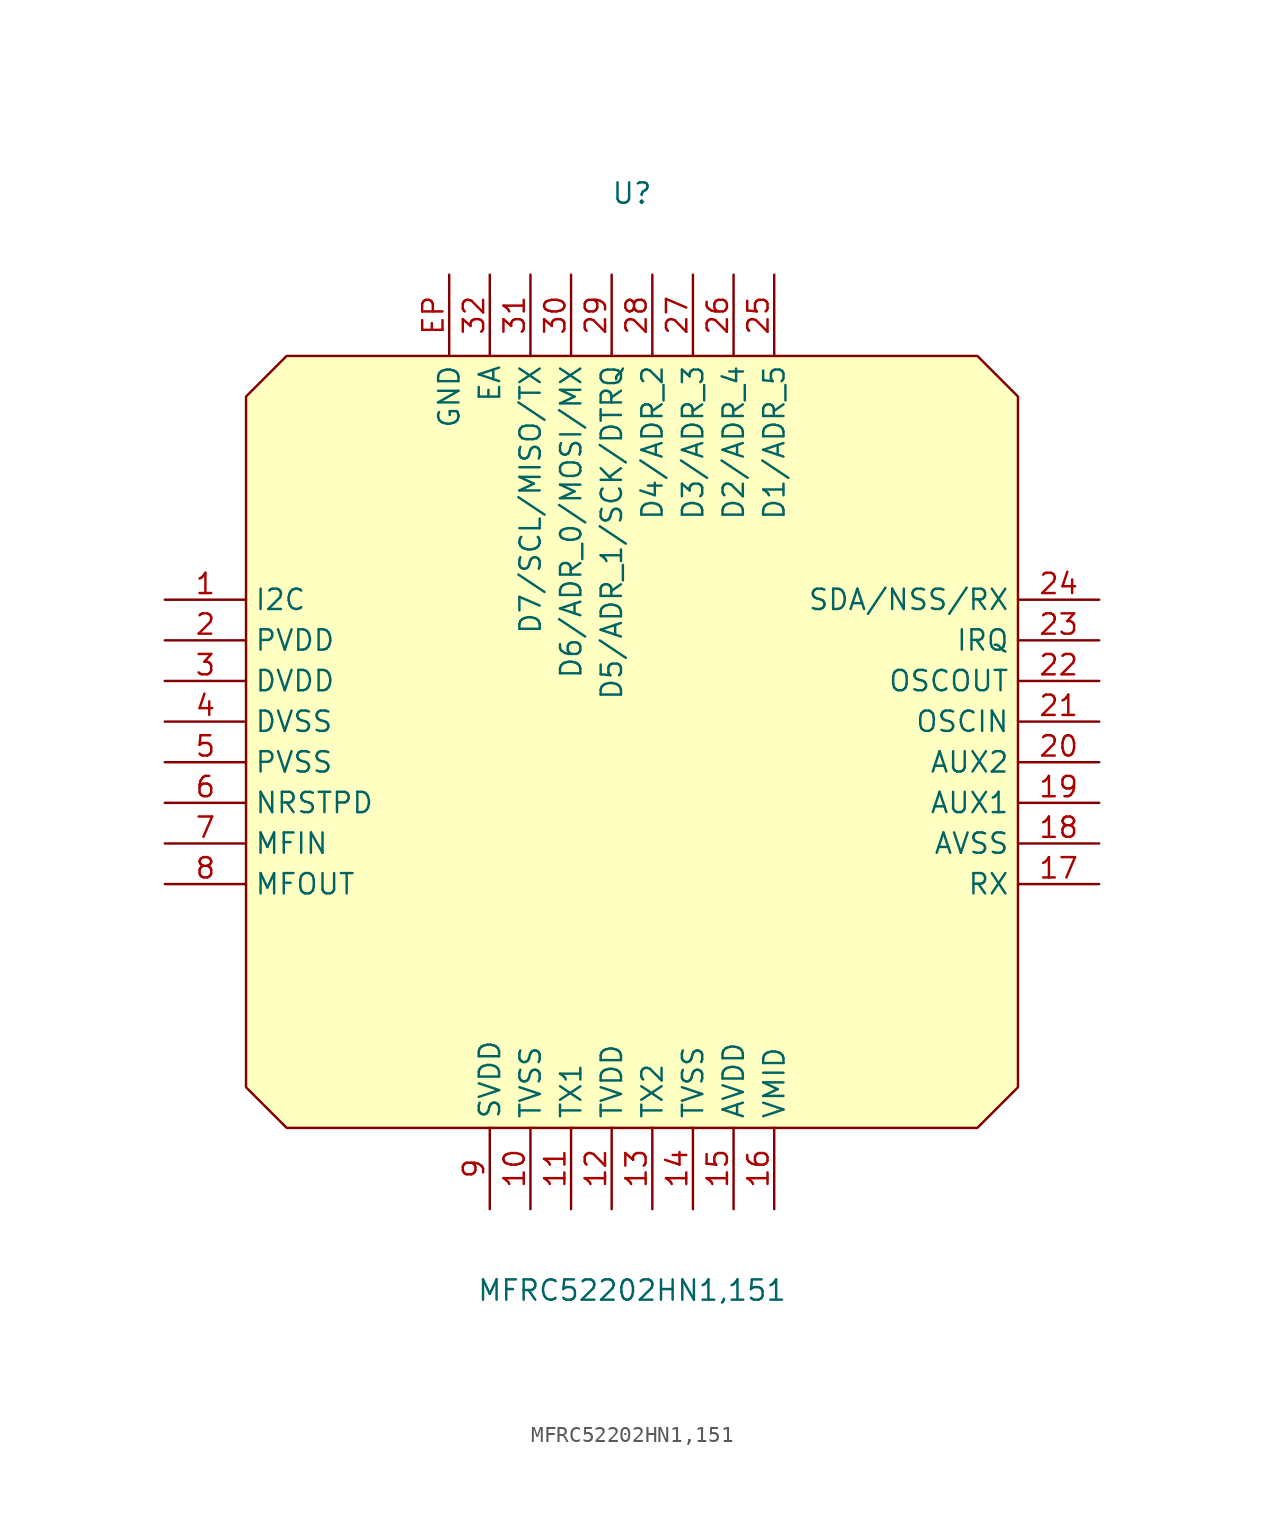
<source format=kicad_sym>
(kicad_symbol_lib
  (version 20211014)
  (generator https://github.com/uPesy/easyeda2kicad.py)
  (symbol "MFRC52202HN1,151"
    (property "Reference" "U"
      (at 0 34.29 0)
      (effects (font (size 1.27 1.27))))
    (property "Value" "MFRC52202HN1,151"
      (at 0 -34.29 0)
      (effects (font (size 1.27 1.27))))
    (symbol "MFRC52202HN1,151_0_1"
      (polyline (pts (xy -21.59 24.13) (xy 21.59 24.13) (xy 24.13 21.59) (xy 24.13 -21.59) (xy 21.59 -24.13) (xy -21.59 -24.13) (xy -24.13 -21.59) (xy -24.13 21.59) (xy -21.59 24.13)) (stroke (width 0) (type default) (color 0 0 0 0)) (fill (type background)))
      (pin unspecified line (at -29.21 8.89 0) (length 5.08) (name "I2C" (effects (font (size 1.27 1.27)))) (number "1" (effects (font (size 1.27 1.27)))))
      (pin unspecified line (at -29.21 6.35 0) (length 5.08) (name "PVDD" (effects (font (size 1.27 1.27)))) (number "2" (effects (font (size 1.27 1.27)))))
      (pin unspecified line (at -29.21 3.81 0) (length 5.08) (name "DVDD" (effects (font (size 1.27 1.27)))) (number "3" (effects (font (size 1.27 1.27)))))
      (pin unspecified line (at -29.21 1.27 0) (length 5.08) (name "DVSS" (effects (font (size 1.27 1.27)))) (number "4" (effects (font (size 1.27 1.27)))))
      (pin unspecified line (at -29.21 -1.27 0) (length 5.08) (name "PVSS" (effects (font (size 1.27 1.27)))) (number "5" (effects (font (size 1.27 1.27)))))
      (pin unspecified line (at -29.21 -3.81 0) (length 5.08) (name "NRSTPD" (effects (font (size 1.27 1.27)))) (number "6" (effects (font (size 1.27 1.27)))))
      (pin unspecified line (at -29.21 -6.35 0) (length 5.08) (name "MFIN" (effects (font (size 1.27 1.27)))) (number "7" (effects (font (size 1.27 1.27)))))
      (pin unspecified line (at -29.21 -8.89 0) (length 5.08) (name "MFOUT" (effects (font (size 1.27 1.27)))) (number "8" (effects (font (size 1.27 1.27)))))
      (pin unspecified line (at -8.89 -29.21 90) (length 5.08) (name "SVDD" (effects (font (size 1.27 1.27)))) (number "9" (effects (font (size 1.27 1.27)))))
      (pin unspecified line (at -6.35 -29.21 90) (length 5.08) (name "TVSS" (effects (font (size 1.27 1.27)))) (number "10" (effects (font (size 1.27 1.27)))))
      (pin unspecified line (at -3.81 -29.21 90) (length 5.08) (name "TX1" (effects (font (size 1.27 1.27)))) (number "11" (effects (font (size 1.27 1.27)))))
      (pin unspecified line (at -1.27 -29.21 90) (length 5.08) (name "TVDD" (effects (font (size 1.27 1.27)))) (number "12" (effects (font (size 1.27 1.27)))))
      (pin unspecified line (at 1.27 -29.21 90) (length 5.08) (name "TX2" (effects (font (size 1.27 1.27)))) (number "13" (effects (font (size 1.27 1.27)))))
      (pin unspecified line (at 3.81 -29.21 90) (length 5.08) (name "TVSS" (effects (font (size 1.27 1.27)))) (number "14" (effects (font (size 1.27 1.27)))))
      (pin unspecified line (at 6.35 -29.21 90) (length 5.08) (name "AVDD" (effects (font (size 1.27 1.27)))) (number "15" (effects (font (size 1.27 1.27)))))
      (pin unspecified line (at 8.89 -29.21 90) (length 5.08) (name "VMID" (effects (font (size 1.27 1.27)))) (number "16" (effects (font (size 1.27 1.27)))))
      (pin unspecified line (at 29.21 -8.89 180) (length 5.08) (name "RX" (effects (font (size 1.27 1.27)))) (number "17" (effects (font (size 1.27 1.27)))))
      (pin unspecified line (at 29.21 -6.35 180) (length 5.08) (name "AVSS" (effects (font (size 1.27 1.27)))) (number "18" (effects (font (size 1.27 1.27)))))
      (pin unspecified line (at 29.21 -3.81 180) (length 5.08) (name "AUX1" (effects (font (size 1.27 1.27)))) (number "19" (effects (font (size 1.27 1.27)))))
      (pin unspecified line (at 29.21 -1.27 180) (length 5.08) (name "AUX2" (effects (font (size 1.27 1.27)))) (number "20" (effects (font (size 1.27 1.27)))))
      (pin unspecified line (at 29.21 1.27 180) (length 5.08) (name "OSCIN" (effects (font (size 1.27 1.27)))) (number "21" (effects (font (size 1.27 1.27)))))
      (pin unspecified line (at 29.21 3.81 180) (length 5.08) (name "OSCOUT" (effects (font (size 1.27 1.27)))) (number "22" (effects (font (size 1.27 1.27)))))
      (pin unspecified line (at 29.21 6.35 180) (length 5.08) (name "IRQ" (effects (font (size 1.27 1.27)))) (number "23" (effects (font (size 1.27 1.27)))))
      (pin unspecified line (at 29.21 8.89 180) (length 5.08) (name "SDA/NSS/RX" (effects (font (size 1.27 1.27)))) (number "24" (effects (font (size 1.27 1.27)))))
      (pin unspecified line (at 8.89 29.21 270) (length 5.08) (name "D1/ADR_5" (effects (font (size 1.27 1.27)))) (number "25" (effects (font (size 1.27 1.27)))))
      (pin unspecified line (at 6.35 29.21 270) (length 5.08) (name "D2/ADR_4" (effects (font (size 1.27 1.27)))) (number "26" (effects (font (size 1.27 1.27)))))
      (pin unspecified line (at 3.81 29.21 270) (length 5.08) (name "D3/ADR_3" (effects (font (size 1.27 1.27)))) (number "27" (effects (font (size 1.27 1.27)))))
      (pin unspecified line (at 1.27 29.21 270) (length 5.08) (name "D4/ADR_2" (effects (font (size 1.27 1.27)))) (number "28" (effects (font (size 1.27 1.27)))))
      (pin unspecified line (at -1.27 29.21 270) (length 5.08) (name "D5/ADR_1/SCK/DTRQ" (effects (font (size 1.27 1.27)))) (number "29" (effects (font (size 1.27 1.27)))))
      (pin unspecified line (at -3.81 29.21 270) (length 5.08) (name "D6/ADR_0/MOSI/MX" (effects (font (size 1.27 1.27)))) (number "30" (effects (font (size 1.27 1.27)))))
      (pin unspecified line (at -6.35 29.21 270) (length 5.08) (name "D7/SCL/MISO/TX" (effects (font (size 1.27 1.27)))) (number "31" (effects (font (size 1.27 1.27)))))
      (pin unspecified line (at -8.89 29.21 270) (length 5.08) (name "EA" (effects (font (size 1.27 1.27)))) (number "32" (effects (font (size 1.27 1.27)))))
      (pin unspecified line (at -11.43 29.21 270) (length 5.08) (name "GND" (effects (font (size 1.27 1.27)))) (number "EP" (effects (font (size 1.27 1.27))))))))
</source>
